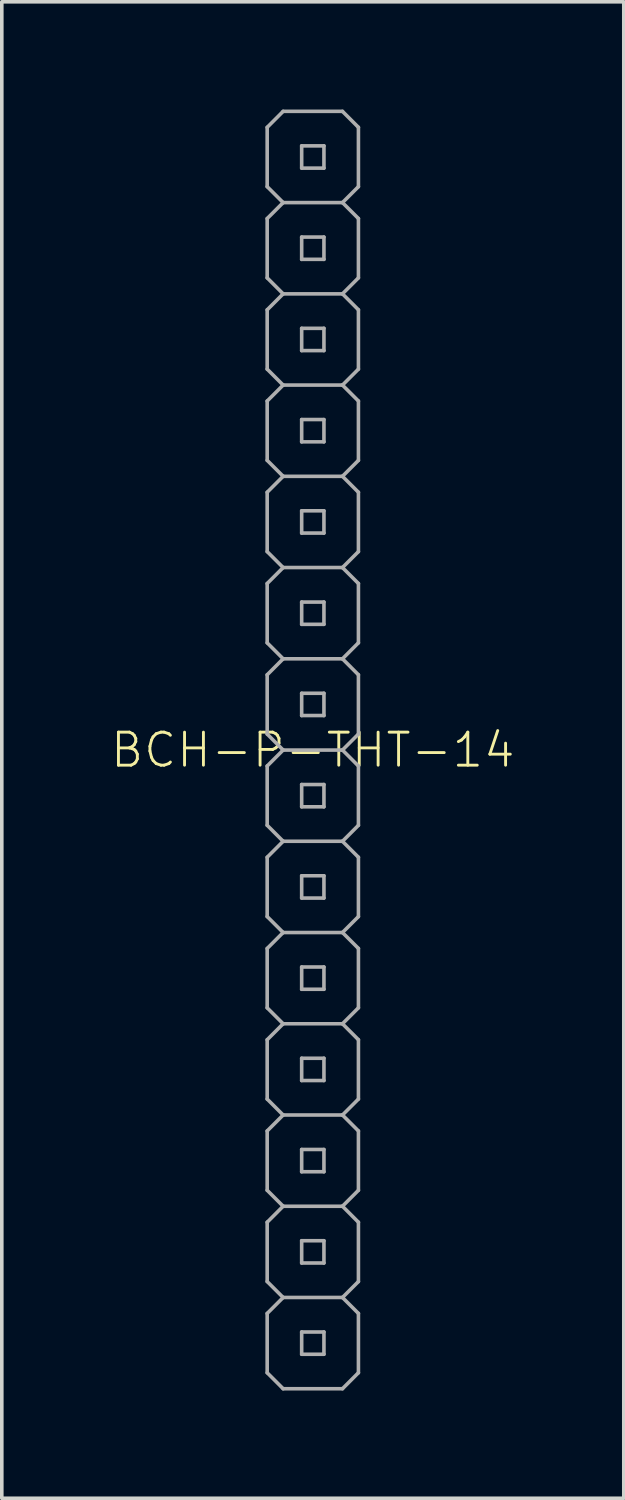
<source format=kicad_pcb>
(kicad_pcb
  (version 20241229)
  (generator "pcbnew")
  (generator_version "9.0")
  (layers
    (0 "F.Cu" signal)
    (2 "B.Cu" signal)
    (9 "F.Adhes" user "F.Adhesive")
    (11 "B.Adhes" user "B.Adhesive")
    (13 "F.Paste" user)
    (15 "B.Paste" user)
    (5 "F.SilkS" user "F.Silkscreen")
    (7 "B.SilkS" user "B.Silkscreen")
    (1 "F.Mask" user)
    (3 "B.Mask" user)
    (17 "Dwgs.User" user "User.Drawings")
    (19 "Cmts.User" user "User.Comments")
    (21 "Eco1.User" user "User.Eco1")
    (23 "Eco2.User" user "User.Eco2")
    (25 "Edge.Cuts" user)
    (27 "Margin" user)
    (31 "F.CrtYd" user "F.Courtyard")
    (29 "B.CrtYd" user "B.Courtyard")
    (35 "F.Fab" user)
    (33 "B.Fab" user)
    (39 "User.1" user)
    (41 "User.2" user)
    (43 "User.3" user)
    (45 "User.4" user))
  (footprint "BCH-P-THT-14"
    (layer "F.Cu")
    (at 5.658 17.83)
    (property "Reference" "BCH-P-THT-14" (at 0 0 0) (unlocked yes) (layer "F.SilkS") (effects (font (size 0.92 0.92) (thickness 0.08))))
    (fp_line (start -1.27 -17.335) (end -1.27 -15.684) (stroke (width 0.1) (type solid)) (layer "F.Fab"))
    (fp_line (start -1.27 -15.684) (end -0.826 -15.24) (stroke (width 0.1) (type solid)) (layer "F.Fab"))
    (fp_line (start -1.27 -14.796) (end -1.27 -13.145) (stroke (width 0.1) (type solid)) (layer "F.Fab"))
    (fp_line (start -1.27 -13.145) (end -0.826 -12.7) (stroke (width 0.1) (type solid)) (layer "F.Fab"))
    (fp_line (start -1.27 -12.255) (end -1.27 -10.604) (stroke (width 0.1) (type solid)) (layer "F.Fab"))
    (fp_line (start -1.27 -10.604) (end -0.826 -10.16) (stroke (width 0.1) (type solid)) (layer "F.Fab"))
    (fp_line (start -1.27 -9.716) (end -1.27 -8.065) (stroke (width 0.1) (type solid)) (layer "F.Fab"))
    (fp_line (start -1.27 -8.065) (end -0.826 -7.62) (stroke (width 0.1) (type solid)) (layer "F.Fab"))
    (fp_line (start -1.27 -7.176) (end -1.27 -5.524) (stroke (width 0.1) (type solid)) (layer "F.Fab"))
    (fp_line (start -1.27 -5.524) (end -0.826 -5.08) (stroke (width 0.1) (type solid)) (layer "F.Fab"))
    (fp_line (start -1.27 -4.636) (end -1.27 -2.985) (stroke (width 0.1) (type solid)) (layer "F.Fab"))
    (fp_line (start -1.27 -2.985) (end -0.826 -2.54) (stroke (width 0.1) (type solid)) (layer "F.Fab"))
    (fp_line (start -1.27 -2.095) (end -1.27 -0.445) (stroke (width 0.1) (type solid)) (layer "F.Fab"))
    (fp_line (start -1.27 -0.445) (end -0.826 0) (stroke (width 0.1) (type solid)) (layer "F.Fab"))
    (fp_line (start -1.27 0.445) (end -1.27 2.095) (stroke (width 0.1) (type solid)) (layer "F.Fab"))
    (fp_line (start -1.27 2.095) (end -0.826 2.54) (stroke (width 0.1) (type solid)) (layer "F.Fab"))
    (fp_line (start -1.27 2.985) (end -1.27 4.636) (stroke (width 0.1) (type solid)) (layer "F.Fab"))
    (fp_line (start -1.27 4.636) (end -0.826 5.08) (stroke (width 0.1) (type solid)) (layer "F.Fab"))
    (fp_line (start -1.27 5.524) (end -1.27 7.176) (stroke (width 0.1) (type solid)) (layer "F.Fab"))
    (fp_line (start -1.27 7.176) (end -0.826 7.62) (stroke (width 0.1) (type solid)) (layer "F.Fab"))
    (fp_line (start -1.27 8.065) (end -1.27 9.716) (stroke (width 0.1) (type solid)) (layer "F.Fab"))
    (fp_line (start -1.27 9.716) (end -0.826 10.16) (stroke (width 0.1) (type solid)) (layer "F.Fab"))
    (fp_line (start -1.27 10.604) (end -1.27 12.255) (stroke (width 0.1) (type solid)) (layer "F.Fab"))
    (fp_line (start -1.27 12.255) (end -0.826 12.7) (stroke (width 0.1) (type solid)) (layer "F.Fab"))
    (fp_line (start -1.27 13.145) (end -1.27 14.796) (stroke (width 0.1) (type solid)) (layer "F.Fab"))
    (fp_line (start -1.27 14.796) (end -0.826 15.24) (stroke (width 0.1) (type solid)) (layer "F.Fab"))
    (fp_line (start -1.27 15.684) (end -1.27 17.335) (stroke (width 0.1) (type solid)) (layer "F.Fab"))
    (fp_line (start -1.27 17.335) (end -0.826 17.78) (stroke (width 0.1) (type solid)) (layer "F.Fab"))
    (fp_line (start -0.826 -17.78) (end -1.27 -17.335) (stroke (width 0.1) (type solid)) (layer "F.Fab"))
    (fp_line (start -0.826 -15.24) (end -1.27 -14.796) (stroke (width 0.1) (type solid)) (layer "F.Fab"))
    (fp_line (start -0.826 -12.7) (end -1.27 -12.255) (stroke (width 0.1) (type solid)) (layer "F.Fab"))
    (fp_line (start -0.826 -10.16) (end -1.27 -9.716) (stroke (width 0.1) (type solid)) (layer "F.Fab"))
    (fp_line (start -0.826 -7.62) (end -1.27 -7.176) (stroke (width 0.1) (type solid)) (layer "F.Fab"))
    (fp_line (start -0.826 -5.08) (end -1.27 -4.636) (stroke (width 0.1) (type solid)) (layer "F.Fab"))
    (fp_line (start -0.826 -2.54) (end -1.27 -2.095) (stroke (width 0.1) (type solid)) (layer "F.Fab"))
    (fp_line (start -0.826 0) (end -1.27 0.445) (stroke (width 0.1) (type solid)) (layer "F.Fab"))
    (fp_line (start -0.826 2.54) (end -1.27 2.985) (stroke (width 0.1) (type solid)) (layer "F.Fab"))
    (fp_line (start -0.826 5.08) (end -1.27 5.524) (stroke (width 0.1) (type solid)) (layer "F.Fab"))
    (fp_line (start -0.826 7.62) (end -1.27 8.065) (stroke (width 0.1) (type solid)) (layer "F.Fab"))
    (fp_line (start -0.826 10.16) (end -1.27 10.604) (stroke (width 0.1) (type solid)) (layer "F.Fab"))
    (fp_line (start -0.826 12.7) (end -1.27 13.145) (stroke (width 0.1) (type solid)) (layer "F.Fab"))
    (fp_line (start -0.826 15.24) (end -1.27 15.684) (stroke (width 0.1) (type solid)) (layer "F.Fab"))
    (fp_line (start -0.31 -16.82) (end -0.31 -16.2) (stroke (width 0.1) (type solid)) (layer "F.Fab"))
    (fp_line (start -0.31 -16.2) (end 0.31 -16.2) (stroke (width 0.1) (type solid)) (layer "F.Fab"))
    (fp_line (start -0.31 -14.28) (end -0.31 -13.66) (stroke (width 0.1) (type solid)) (layer "F.Fab"))
    (fp_line (start -0.31 -13.66) (end 0.31 -13.66) (stroke (width 0.1) (type solid)) (layer "F.Fab"))
    (fp_line (start -0.31 -11.74) (end -0.31 -11.12) (stroke (width 0.1) (type solid)) (layer "F.Fab"))
    (fp_line (start -0.31 -11.12) (end 0.31 -11.12) (stroke (width 0.1) (type solid)) (layer "F.Fab"))
    (fp_line (start -0.31 -9.2) (end -0.31 -8.58) (stroke (width 0.1) (type solid)) (layer "F.Fab"))
    (fp_line (start -0.31 -8.58) (end 0.31 -8.58) (stroke (width 0.1) (type solid)) (layer "F.Fab"))
    (fp_line (start -0.31 -6.66) (end -0.31 -6.04) (stroke (width 0.1) (type solid)) (layer "F.Fab"))
    (fp_line (start -0.31 -6.04) (end 0.31 -6.04) (stroke (width 0.1) (type solid)) (layer "F.Fab"))
    (fp_line (start -0.31 -4.12) (end -0.31 -3.5) (stroke (width 0.1) (type solid)) (layer "F.Fab"))
    (fp_line (start -0.31 -3.5) (end 0.31 -3.5) (stroke (width 0.1) (type solid)) (layer "F.Fab"))
    (fp_line (start -0.31 -1.58) (end -0.31 -0.96) (stroke (width 0.1) (type solid)) (layer "F.Fab"))
    (fp_line (start -0.31 -0.96) (end 0.31 -0.96) (stroke (width 0.1) (type solid)) (layer "F.Fab"))
    (fp_line (start -0.31 0.96) (end -0.31 1.58) (stroke (width 0.1) (type solid)) (layer "F.Fab"))
    (fp_line (start -0.31 1.58) (end 0.31 1.58) (stroke (width 0.1) (type solid)) (layer "F.Fab"))
    (fp_line (start -0.31 3.5) (end -0.31 4.12) (stroke (width 0.1) (type solid)) (layer "F.Fab"))
    (fp_line (start -0.31 4.12) (end 0.31 4.12) (stroke (width 0.1) (type solid)) (layer "F.Fab"))
    (fp_line (start -0.31 6.04) (end -0.31 6.66) (stroke (width 0.1) (type solid)) (layer "F.Fab"))
    (fp_line (start -0.31 6.66) (end 0.31 6.66) (stroke (width 0.1) (type solid)) (layer "F.Fab"))
    (fp_line (start -0.31 8.58) (end -0.31 9.2) (stroke (width 0.1) (type solid)) (layer "F.Fab"))
    (fp_line (start -0.31 9.2) (end 0.31 9.2) (stroke (width 0.1) (type solid)) (layer "F.Fab"))
    (fp_line (start -0.31 11.12) (end -0.31 11.74) (stroke (width 0.1) (type solid)) (layer "F.Fab"))
    (fp_line (start -0.31 11.74) (end 0.31 11.74) (stroke (width 0.1) (type solid)) (layer "F.Fab"))
    (fp_line (start -0.31 13.66) (end -0.31 14.28) (stroke (width 0.1) (type solid)) (layer "F.Fab"))
    (fp_line (start -0.31 14.28) (end 0.31 14.28) (stroke (width 0.1) (type solid)) (layer "F.Fab"))
    (fp_line (start -0.31 16.2) (end -0.31 16.82) (stroke (width 0.1) (type solid)) (layer "F.Fab"))
    (fp_line (start -0.31 16.82) (end 0.31 16.82) (stroke (width 0.1) (type solid)) (layer "F.Fab"))
    (fp_line (start 0.31 -16.82) (end -0.31 -16.82) (stroke (width 0.1) (type solid)) (layer "F.Fab"))
    (fp_line (start 0.31 -16.2) (end 0.31 -16.82) (stroke (width 0.1) (type solid)) (layer "F.Fab"))
    (fp_line (start 0.31 -14.28) (end -0.31 -14.28) (stroke (width 0.1) (type solid)) (layer "F.Fab"))
    (fp_line (start 0.31 -13.66) (end 0.31 -14.28) (stroke (width 0.1) (type solid)) (layer "F.Fab"))
    (fp_line (start 0.31 -11.74) (end -0.31 -11.74) (stroke (width 0.1) (type solid)) (layer "F.Fab"))
    (fp_line (start 0.31 -11.12) (end 0.31 -11.74) (stroke (width 0.1) (type solid)) (layer "F.Fab"))
    (fp_line (start 0.31 -9.2) (end -0.31 -9.2) (stroke (width 0.1) (type solid)) (layer "F.Fab"))
    (fp_line (start 0.31 -8.58) (end 0.31 -9.2) (stroke (width 0.1) (type solid)) (layer "F.Fab"))
    (fp_line (start 0.31 -6.66) (end -0.31 -6.66) (stroke (width 0.1) (type solid)) (layer "F.Fab"))
    (fp_line (start 0.31 -6.04) (end 0.31 -6.66) (stroke (width 0.1) (type solid)) (layer "F.Fab"))
    (fp_line (start 0.31 -4.12) (end -0.31 -4.12) (stroke (width 0.1) (type solid)) (layer "F.Fab"))
    (fp_line (start 0.31 -3.5) (end 0.31 -4.12) (stroke (width 0.1) (type solid)) (layer "F.Fab"))
    (fp_line (start 0.31 -1.58) (end -0.31 -1.58) (stroke (width 0.1) (type solid)) (layer "F.Fab"))
    (fp_line (start 0.31 -0.96) (end 0.31 -1.58) (stroke (width 0.1) (type solid)) (layer "F.Fab"))
    (fp_line (start 0.31 0.96) (end -0.31 0.96) (stroke (width 0.1) (type solid)) (layer "F.Fab"))
    (fp_line (start 0.31 1.58) (end 0.31 0.96) (stroke (width 0.1) (type solid)) (layer "F.Fab"))
    (fp_line (start 0.31 3.5) (end -0.31 3.5) (stroke (width 0.1) (type solid)) (layer "F.Fab"))
    (fp_line (start 0.31 4.12) (end 0.31 3.5) (stroke (width 0.1) (type solid)) (layer "F.Fab"))
    (fp_line (start 0.31 6.04) (end -0.31 6.04) (stroke (width 0.1) (type solid)) (layer "F.Fab"))
    (fp_line (start 0.31 6.66) (end 0.31 6.04) (stroke (width 0.1) (type solid)) (layer "F.Fab"))
    (fp_line (start 0.31 8.58) (end -0.31 8.58) (stroke (width 0.1) (type solid)) (layer "F.Fab"))
    (fp_line (start 0.31 9.2) (end 0.31 8.58) (stroke (width 0.1) (type solid)) (layer "F.Fab"))
    (fp_line (start 0.31 11.12) (end -0.31 11.12) (stroke (width 0.1) (type solid)) (layer "F.Fab"))
    (fp_line (start 0.31 11.74) (end 0.31 11.12) (stroke (width 0.1) (type solid)) (layer "F.Fab"))
    (fp_line (start 0.31 13.66) (end -0.31 13.66) (stroke (width 0.1) (type solid)) (layer "F.Fab"))
    (fp_line (start 0.31 14.28) (end 0.31 13.66) (stroke (width 0.1) (type solid)) (layer "F.Fab"))
    (fp_line (start 0.31 16.2) (end -0.31 16.2) (stroke (width 0.1) (type solid)) (layer "F.Fab"))
    (fp_line (start 0.31 16.82) (end 0.31 16.2) (stroke (width 0.1) (type solid)) (layer "F.Fab"))
    (fp_line (start 0.826 -17.78) (end -0.826 -17.78) (stroke (width 0.1) (type solid)) (layer "F.Fab"))
    (fp_line (start 0.826 -15.24) (end -0.826 -15.24) (stroke (width 0.1) (type solid)) (layer "F.Fab"))
    (fp_line (start 0.826 -15.24) (end 1.27 -15.684) (stroke (width 0.1) (type solid)) (layer "F.Fab"))
    (fp_line (start 0.826 -12.7) (end -0.826 -12.7) (stroke (width 0.1) (type solid)) (layer "F.Fab"))
    (fp_line (start 0.826 -12.7) (end 1.27 -13.145) (stroke (width 0.1) (type solid)) (layer "F.Fab"))
    (fp_line (start 0.826 -10.16) (end -0.826 -10.16) (stroke (width 0.1) (type solid)) (layer "F.Fab"))
    (fp_line (start 0.826 -10.16) (end 1.27 -10.604) (stroke (width 0.1) (type solid)) (layer "F.Fab"))
    (fp_line (start 0.826 -7.62) (end -0.826 -7.62) (stroke (width 0.1) (type solid)) (layer "F.Fab"))
    (fp_line (start 0.826 -7.62) (end 1.27 -8.065) (stroke (width 0.1) (type solid)) (layer "F.Fab"))
    (fp_line (start 0.826 -5.08) (end -0.826 -5.08) (stroke (width 0.1) (type solid)) (layer "F.Fab"))
    (fp_line (start 0.826 -5.08) (end 1.27 -5.524) (stroke (width 0.1) (type solid)) (layer "F.Fab"))
    (fp_line (start 0.826 -2.54) (end -0.826 -2.54) (stroke (width 0.1) (type solid)) (layer "F.Fab"))
    (fp_line (start 0.826 -2.54) (end 1.27 -2.985) (stroke (width 0.1) (type solid)) (layer "F.Fab"))
    (fp_line (start 0.826 0) (end -0.826 0) (stroke (width 0.1) (type solid)) (layer "F.Fab"))
    (fp_line (start 0.826 0) (end 1.27 -0.445) (stroke (width 0.1) (type solid)) (layer "F.Fab"))
    (fp_line (start 0.826 2.54) (end -0.826 2.54) (stroke (width 0.1) (type solid)) (layer "F.Fab"))
    (fp_line (start 0.826 2.54) (end 1.27 2.095) (stroke (width 0.1) (type solid)) (layer "F.Fab"))
    (fp_line (start 0.826 5.08) (end -0.826 5.08) (stroke (width 0.1) (type solid)) (layer "F.Fab"))
    (fp_line (start 0.826 5.08) (end 1.27 4.636) (stroke (width 0.1) (type solid)) (layer "F.Fab"))
    (fp_line (start 0.826 7.62) (end -0.826 7.62) (stroke (width 0.1) (type solid)) (layer "F.Fab"))
    (fp_line (start 0.826 7.62) (end 1.27 7.176) (stroke (width 0.1) (type solid)) (layer "F.Fab"))
    (fp_line (start 0.826 10.16) (end -0.826 10.16) (stroke (width 0.1) (type solid)) (layer "F.Fab"))
    (fp_line (start 0.826 10.16) (end 1.27 9.716) (stroke (width 0.1) (type solid)) (layer "F.Fab"))
    (fp_line (start 0.826 12.7) (end -0.826 12.7) (stroke (width 0.1) (type solid)) (layer "F.Fab"))
    (fp_line (start 0.826 12.7) (end 1.27 12.255) (stroke (width 0.1) (type solid)) (layer "F.Fab"))
    (fp_line (start 0.826 15.24) (end -0.826 15.24) (stroke (width 0.1) (type solid)) (layer "F.Fab"))
    (fp_line (start 0.826 15.24) (end 1.27 14.796) (stroke (width 0.1) (type solid)) (layer "F.Fab"))
    (fp_line (start 0.826 17.78) (end -0.826 17.78) (stroke (width 0.1) (type solid)) (layer "F.Fab"))
    (fp_line (start 0.826 17.78) (end 1.27 17.335) (stroke (width 0.1) (type solid)) (layer "F.Fab"))
    (fp_line (start 1.27 -17.335) (end 0.826 -17.78) (stroke (width 0.1) (type solid)) (layer "F.Fab"))
    (fp_line (start 1.27 -15.684) (end 1.27 -17.335) (stroke (width 0.1) (type solid)) (layer "F.Fab"))
    (fp_line (start 1.27 -14.796) (end 0.826 -15.24) (stroke (width 0.1) (type solid)) (layer "F.Fab"))
    (fp_line (start 1.27 -13.145) (end 1.27 -14.796) (stroke (width 0.1) (type solid)) (layer "F.Fab"))
    (fp_line (start 1.27 -12.255) (end 0.826 -12.7) (stroke (width 0.1) (type solid)) (layer "F.Fab"))
    (fp_line (start 1.27 -10.604) (end 1.27 -12.255) (stroke (width 0.1) (type solid)) (layer "F.Fab"))
    (fp_line (start 1.27 -9.716) (end 0.826 -10.16) (stroke (width 0.1) (type solid)) (layer "F.Fab"))
    (fp_line (start 1.27 -8.065) (end 1.27 -9.716) (stroke (width 0.1) (type solid)) (layer "F.Fab"))
    (fp_line (start 1.27 -7.176) (end 0.826 -7.62) (stroke (width 0.1) (type solid)) (layer "F.Fab"))
    (fp_line (start 1.27 -5.524) (end 1.27 -7.176) (stroke (width 0.1) (type solid)) (layer "F.Fab"))
    (fp_line (start 1.27 -4.636) (end 0.826 -5.08) (stroke (width 0.1) (type solid)) (layer "F.Fab"))
    (fp_line (start 1.27 -2.985) (end 1.27 -4.636) (stroke (width 0.1) (type solid)) (layer "F.Fab"))
    (fp_line (start 1.27 -2.095) (end 0.826 -2.54) (stroke (width 0.1) (type solid)) (layer "F.Fab"))
    (fp_line (start 1.27 -0.445) (end 1.27 -2.095) (stroke (width 0.1) (type solid)) (layer "F.Fab"))
    (fp_line (start 1.27 0.445) (end 0.826 0) (stroke (width 0.1) (type solid)) (layer "F.Fab"))
    (fp_line (start 1.27 2.095) (end 1.27 0.445) (stroke (width 0.1) (type solid)) (layer "F.Fab"))
    (fp_line (start 1.27 2.985) (end 0.826 2.54) (stroke (width 0.1) (type solid)) (layer "F.Fab"))
    (fp_line (start 1.27 4.636) (end 1.27 2.985) (stroke (width 0.1) (type solid)) (layer "F.Fab"))
    (fp_line (start 1.27 5.524) (end 0.826 5.08) (stroke (width 0.1) (type solid)) (layer "F.Fab"))
    (fp_line (start 1.27 7.176) (end 1.27 5.524) (stroke (width 0.1) (type solid)) (layer "F.Fab"))
    (fp_line (start 1.27 8.065) (end 0.826 7.62) (stroke (width 0.1) (type solid)) (layer "F.Fab"))
    (fp_line (start 1.27 9.716) (end 1.27 8.065) (stroke (width 0.1) (type solid)) (layer "F.Fab"))
    (fp_line (start 1.27 10.604) (end 0.826 10.16) (stroke (width 0.1) (type solid)) (layer "F.Fab"))
    (fp_line (start 1.27 12.255) (end 1.27 10.604) (stroke (width 0.1) (type solid)) (layer "F.Fab"))
    (fp_line (start 1.27 13.145) (end 0.826 12.7) (stroke (width 0.1) (type solid)) (layer "F.Fab"))
    (fp_line (start 1.27 14.796) (end 1.27 13.145) (stroke (width 0.1) (type solid)) (layer "F.Fab"))
    (fp_line (start 1.27 15.684) (end 0.826 15.24) (stroke (width 0.1) (type solid)) (layer "F.Fab"))
    (fp_line (start 1.27 17.335) (end 1.27 15.684) (stroke (width 0.1) (type solid)) (layer "F.Fab")))
  (gr_rect
    (start -3 -3)
    (end 14.315 38.66)
    (stroke (width 0.1) (type default))
    (fill no)
    (layer "Edge.Cuts")))
</source>
